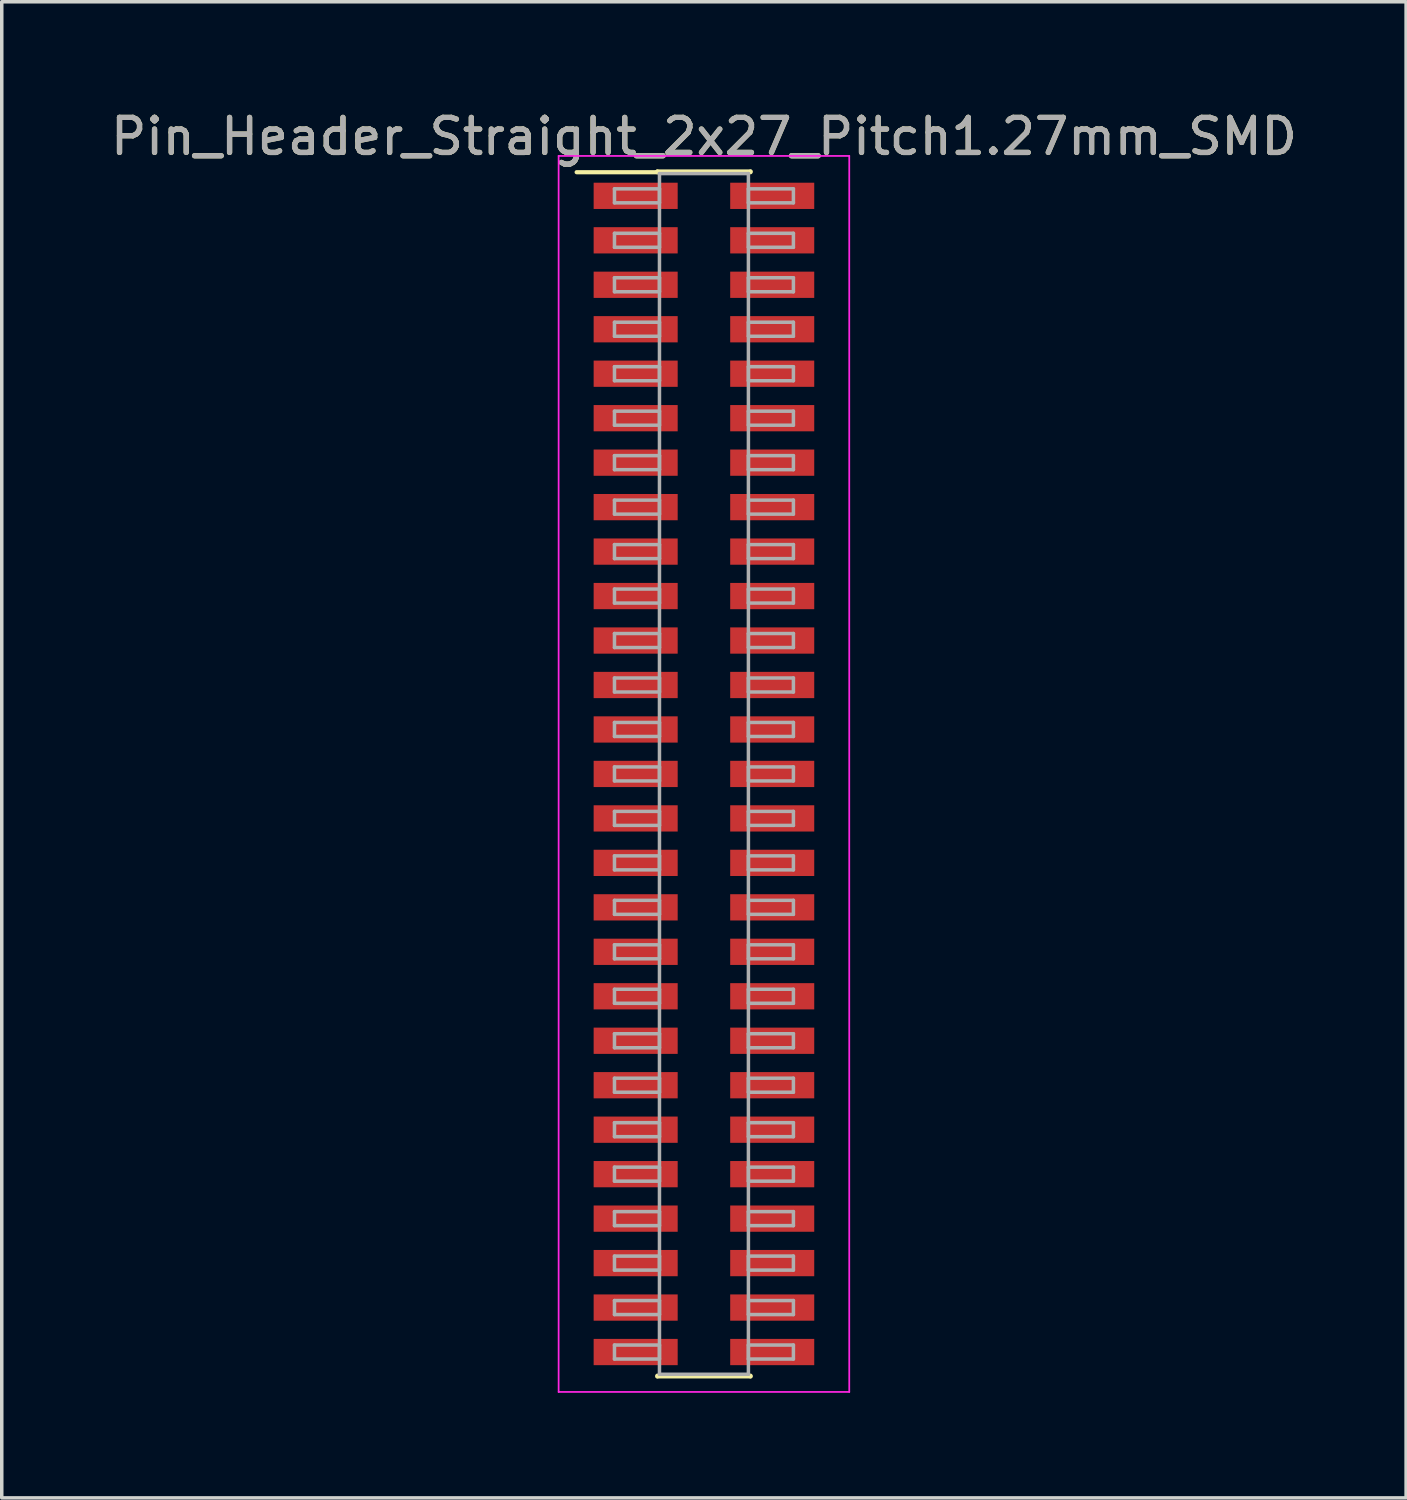
<source format=kicad_pcb>
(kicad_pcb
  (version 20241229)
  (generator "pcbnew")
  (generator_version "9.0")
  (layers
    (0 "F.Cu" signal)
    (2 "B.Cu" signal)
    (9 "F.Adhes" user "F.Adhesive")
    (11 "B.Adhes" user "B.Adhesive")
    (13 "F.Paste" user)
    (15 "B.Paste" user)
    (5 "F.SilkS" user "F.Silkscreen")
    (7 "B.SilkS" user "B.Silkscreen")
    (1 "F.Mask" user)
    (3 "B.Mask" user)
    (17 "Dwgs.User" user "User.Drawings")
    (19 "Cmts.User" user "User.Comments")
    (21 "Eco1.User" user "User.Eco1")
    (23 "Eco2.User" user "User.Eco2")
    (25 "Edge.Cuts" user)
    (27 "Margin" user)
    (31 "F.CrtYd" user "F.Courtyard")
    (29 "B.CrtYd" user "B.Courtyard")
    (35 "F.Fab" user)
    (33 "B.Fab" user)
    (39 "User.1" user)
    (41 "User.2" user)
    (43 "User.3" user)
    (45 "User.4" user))
  (footprint "Pin_Header_Straight_2x27_Pitch1.27mm_SMD"
    (layer "F.Cu")
    (at 17.054 19.053)
    (property "Reference" "Pin_Header_Straight_2x27_Pitch1.27mm_SMD" (at 0 -18.205 0) (layer "F.SilkS") (effects (font (size 1 1) (thickness 0.15))))
    (attr smd)
    (fp_line (start -3.635 -17.185) (end -1.33 -17.185) (stroke (width 0.12) (type solid)) (layer "F.SilkS"))
    (fp_line (start -1.33 -17.205) (end 1.33 -17.205) (stroke (width 0.12) (type solid)) (layer "F.SilkS"))
    (fp_line (start -1.33 -17.185) (end -1.33 -17.205) (stroke (width 0.12) (type solid)) (layer "F.SilkS"))
    (fp_line (start -1.33 17.185) (end -1.33 17.205) (stroke (width 0.12) (type solid)) (layer "F.SilkS"))
    (fp_line (start -1.33 17.205) (end 1.33 17.205) (stroke (width 0.12) (type solid)) (layer "F.SilkS"))
    (fp_line (start 1.33 -17.205) (end 1.33 -17.185) (stroke (width 0.12) (type solid)) (layer "F.SilkS"))
    (fp_line (start 1.33 17.205) (end 1.33 17.185) (stroke (width 0.12) (type solid)) (layer "F.SilkS"))
    (fp_line (start -4.15 -17.65) (end -4.15 17.65) (stroke (width 0.05) (type solid)) (layer "F.CrtYd"))
    (fp_line (start -4.15 17.65) (end 4.15 17.65) (stroke (width 0.05) (type solid)) (layer "F.CrtYd"))
    (fp_line (start 4.15 -17.65) (end -4.15 -17.65) (stroke (width 0.05) (type solid)) (layer "F.CrtYd"))
    (fp_line (start 4.15 17.65) (end 4.15 -17.65) (stroke (width 0.05) (type solid)) (layer "F.CrtYd"))
    (fp_line (start -2.555 -16.71) (end -1.27 -16.71) (stroke (width 0.1) (type solid)) (layer "F.Fab"))
    (fp_line (start -2.555 -16.31) (end -2.555 -16.71) (stroke (width 0.1) (type solid)) (layer "F.Fab"))
    (fp_line (start -2.555 -15.44) (end -1.27 -15.44) (stroke (width 0.1) (type solid)) (layer "F.Fab"))
    (fp_line (start -2.555 -15.04) (end -2.555 -15.44) (stroke (width 0.1) (type solid)) (layer "F.Fab"))
    (fp_line (start -2.555 -14.17) (end -1.27 -14.17) (stroke (width 0.1) (type solid)) (layer "F.Fab"))
    (fp_line (start -2.555 -13.77) (end -2.555 -14.17) (stroke (width 0.1) (type solid)) (layer "F.Fab"))
    (fp_line (start -2.555 -12.9) (end -1.27 -12.9) (stroke (width 0.1) (type solid)) (layer "F.Fab"))
    (fp_line (start -2.555 -12.5) (end -2.555 -12.9) (stroke (width 0.1) (type solid)) (layer "F.Fab"))
    (fp_line (start -2.555 -11.63) (end -1.27 -11.63) (stroke (width 0.1) (type solid)) (layer "F.Fab"))
    (fp_line (start -2.555 -11.23) (end -2.555 -11.63) (stroke (width 0.1) (type solid)) (layer "F.Fab"))
    (fp_line (start -2.555 -10.36) (end -1.27 -10.36) (stroke (width 0.1) (type solid)) (layer "F.Fab"))
    (fp_line (start -2.555 -9.96) (end -2.555 -10.36) (stroke (width 0.1) (type solid)) (layer "F.Fab"))
    (fp_line (start -2.555 -9.09) (end -1.27 -9.09) (stroke (width 0.1) (type solid)) (layer "F.Fab"))
    (fp_line (start -2.555 -8.69) (end -2.555 -9.09) (stroke (width 0.1) (type solid)) (layer "F.Fab"))
    (fp_line (start -2.555 -7.82) (end -1.27 -7.82) (stroke (width 0.1) (type solid)) (layer "F.Fab"))
    (fp_line (start -2.555 -7.42) (end -2.555 -7.82) (stroke (width 0.1) (type solid)) (layer "F.Fab"))
    (fp_line (start -2.555 -6.55) (end -1.27 -6.55) (stroke (width 0.1) (type solid)) (layer "F.Fab"))
    (fp_line (start -2.555 -6.15) (end -2.555 -6.55) (stroke (width 0.1) (type solid)) (layer "F.Fab"))
    (fp_line (start -2.555 -5.28) (end -1.27 -5.28) (stroke (width 0.1) (type solid)) (layer "F.Fab"))
    (fp_line (start -2.555 -4.88) (end -2.555 -5.28) (stroke (width 0.1) (type solid)) (layer "F.Fab"))
    (fp_line (start -2.555 -4.01) (end -1.27 -4.01) (stroke (width 0.1) (type solid)) (layer "F.Fab"))
    (fp_line (start -2.555 -3.61) (end -2.555 -4.01) (stroke (width 0.1) (type solid)) (layer "F.Fab"))
    (fp_line (start -2.555 -2.74) (end -1.27 -2.74) (stroke (width 0.1) (type solid)) (layer "F.Fab"))
    (fp_line (start -2.555 -2.34) (end -2.555 -2.74) (stroke (width 0.1) (type solid)) (layer "F.Fab"))
    (fp_line (start -2.555 -1.47) (end -1.27 -1.47) (stroke (width 0.1) (type solid)) (layer "F.Fab"))
    (fp_line (start -2.555 -1.07) (end -2.555 -1.47) (stroke (width 0.1) (type solid)) (layer "F.Fab"))
    (fp_line (start -2.555 -0.2) (end -1.27 -0.2) (stroke (width 0.1) (type solid)) (layer "F.Fab"))
    (fp_line (start -2.555 0.2) (end -2.555 -0.2) (stroke (width 0.1) (type solid)) (layer "F.Fab"))
    (fp_line (start -2.555 1.07) (end -1.27 1.07) (stroke (width 0.1) (type solid)) (layer "F.Fab"))
    (fp_line (start -2.555 1.47) (end -2.555 1.07) (stroke (width 0.1) (type solid)) (layer "F.Fab"))
    (fp_line (start -2.555 2.34) (end -1.27 2.34) (stroke (width 0.1) (type solid)) (layer "F.Fab"))
    (fp_line (start -2.555 2.74) (end -2.555 2.34) (stroke (width 0.1) (type solid)) (layer "F.Fab"))
    (fp_line (start -2.555 3.61) (end -1.27 3.61) (stroke (width 0.1) (type solid)) (layer "F.Fab"))
    (fp_line (start -2.555 4.01) (end -2.555 3.61) (stroke (width 0.1) (type solid)) (layer "F.Fab"))
    (fp_line (start -2.555 4.88) (end -1.27 4.88) (stroke (width 0.1) (type solid)) (layer "F.Fab"))
    (fp_line (start -2.555 5.28) (end -2.555 4.88) (stroke (width 0.1) (type solid)) (layer "F.Fab"))
    (fp_line (start -2.555 6.15) (end -1.27 6.15) (stroke (width 0.1) (type solid)) (layer "F.Fab"))
    (fp_line (start -2.555 6.55) (end -2.555 6.15) (stroke (width 0.1) (type solid)) (layer "F.Fab"))
    (fp_line (start -2.555 7.42) (end -1.27 7.42) (stroke (width 0.1) (type solid)) (layer "F.Fab"))
    (fp_line (start -2.555 7.82) (end -2.555 7.42) (stroke (width 0.1) (type solid)) (layer "F.Fab"))
    (fp_line (start -2.555 8.69) (end -1.27 8.69) (stroke (width 0.1) (type solid)) (layer "F.Fab"))
    (fp_line (start -2.555 9.09) (end -2.555 8.69) (stroke (width 0.1) (type solid)) (layer "F.Fab"))
    (fp_line (start -2.555 9.96) (end -1.27 9.96) (stroke (width 0.1) (type solid)) (layer "F.Fab"))
    (fp_line (start -2.555 10.36) (end -2.555 9.96) (stroke (width 0.1) (type solid)) (layer "F.Fab"))
    (fp_line (start -2.555 11.23) (end -1.27 11.23) (stroke (width 0.1) (type solid)) (layer "F.Fab"))
    (fp_line (start -2.555 11.63) (end -2.555 11.23) (stroke (width 0.1) (type solid)) (layer "F.Fab"))
    (fp_line (start -2.555 12.5) (end -1.27 12.5) (stroke (width 0.1) (type solid)) (layer "F.Fab"))
    (fp_line (start -2.555 12.9) (end -2.555 12.5) (stroke (width 0.1) (type solid)) (layer "F.Fab"))
    (fp_line (start -2.555 13.77) (end -1.27 13.77) (stroke (width 0.1) (type solid)) (layer "F.Fab"))
    (fp_line (start -2.555 14.17) (end -2.555 13.77) (stroke (width 0.1) (type solid)) (layer "F.Fab"))
    (fp_line (start -2.555 15.04) (end -1.27 15.04) (stroke (width 0.1) (type solid)) (layer "F.Fab"))
    (fp_line (start -2.555 15.44) (end -2.555 15.04) (stroke (width 0.1) (type solid)) (layer "F.Fab"))
    (fp_line (start -2.555 16.31) (end -1.27 16.31) (stroke (width 0.1) (type solid)) (layer "F.Fab"))
    (fp_line (start -2.555 16.71) (end -2.555 16.31) (stroke (width 0.1) (type solid)) (layer "F.Fab"))
    (fp_line (start -1.27 -17.145) (end -1.27 17.145) (stroke (width 0.1) (type solid)) (layer "F.Fab"))
    (fp_line (start -1.27 -16.71) (end -1.27 -16.31) (stroke (width 0.1) (type solid)) (layer "F.Fab"))
    (fp_line (start -1.27 -16.31) (end -2.555 -16.31) (stroke (width 0.1) (type solid)) (layer "F.Fab"))
    (fp_line (start -1.27 -15.44) (end -1.27 -15.04) (stroke (width 0.1) (type solid)) (layer "F.Fab"))
    (fp_line (start -1.27 -15.04) (end -2.555 -15.04) (stroke (width 0.1) (type solid)) (layer "F.Fab"))
    (fp_line (start -1.27 -14.17) (end -1.27 -13.77) (stroke (width 0.1) (type solid)) (layer "F.Fab"))
    (fp_line (start -1.27 -13.77) (end -2.555 -13.77) (stroke (width 0.1) (type solid)) (layer "F.Fab"))
    (fp_line (start -1.27 -12.9) (end -1.27 -12.5) (stroke (width 0.1) (type solid)) (layer "F.Fab"))
    (fp_line (start -1.27 -12.5) (end -2.555 -12.5) (stroke (width 0.1) (type solid)) (layer "F.Fab"))
    (fp_line (start -1.27 -11.63) (end -1.27 -11.23) (stroke (width 0.1) (type solid)) (layer "F.Fab"))
    (fp_line (start -1.27 -11.23) (end -2.555 -11.23) (stroke (width 0.1) (type solid)) (layer "F.Fab"))
    (fp_line (start -1.27 -10.36) (end -1.27 -9.96) (stroke (width 0.1) (type solid)) (layer "F.Fab"))
    (fp_line (start -1.27 -9.96) (end -2.555 -9.96) (stroke (width 0.1) (type solid)) (layer "F.Fab"))
    (fp_line (start -1.27 -9.09) (end -1.27 -8.69) (stroke (width 0.1) (type solid)) (layer "F.Fab"))
    (fp_line (start -1.27 -8.69) (end -2.555 -8.69) (stroke (width 0.1) (type solid)) (layer "F.Fab"))
    (fp_line (start -1.27 -7.82) (end -1.27 -7.42) (stroke (width 0.1) (type solid)) (layer "F.Fab"))
    (fp_line (start -1.27 -7.42) (end -2.555 -7.42) (stroke (width 0.1) (type solid)) (layer "F.Fab"))
    (fp_line (start -1.27 -6.55) (end -1.27 -6.15) (stroke (width 0.1) (type solid)) (layer "F.Fab"))
    (fp_line (start -1.27 -6.15) (end -2.555 -6.15) (stroke (width 0.1) (type solid)) (layer "F.Fab"))
    (fp_line (start -1.27 -5.28) (end -1.27 -4.88) (stroke (width 0.1) (type solid)) (layer "F.Fab"))
    (fp_line (start -1.27 -4.88) (end -2.555 -4.88) (stroke (width 0.1) (type solid)) (layer "F.Fab"))
    (fp_line (start -1.27 -4.01) (end -1.27 -3.61) (stroke (width 0.1) (type solid)) (layer "F.Fab"))
    (fp_line (start -1.27 -3.61) (end -2.555 -3.61) (stroke (width 0.1) (type solid)) (layer "F.Fab"))
    (fp_line (start -1.27 -2.74) (end -1.27 -2.34) (stroke (width 0.1) (type solid)) (layer "F.Fab"))
    (fp_line (start -1.27 -2.34) (end -2.555 -2.34) (stroke (width 0.1) (type solid)) (layer "F.Fab"))
    (fp_line (start -1.27 -1.47) (end -1.27 -1.07) (stroke (width 0.1) (type solid)) (layer "F.Fab"))
    (fp_line (start -1.27 -1.07) (end -2.555 -1.07) (stroke (width 0.1) (type solid)) (layer "F.Fab"))
    (fp_line (start -1.27 -0.2) (end -1.27 0.2) (stroke (width 0.1) (type solid)) (layer "F.Fab"))
    (fp_line (start -1.27 0.2) (end -2.555 0.2) (stroke (width 0.1) (type solid)) (layer "F.Fab"))
    (fp_line (start -1.27 1.07) (end -1.27 1.47) (stroke (width 0.1) (type solid)) (layer "F.Fab"))
    (fp_line (start -1.27 1.47) (end -2.555 1.47) (stroke (width 0.1) (type solid)) (layer "F.Fab"))
    (fp_line (start -1.27 2.34) (end -1.27 2.74) (stroke (width 0.1) (type solid)) (layer "F.Fab"))
    (fp_line (start -1.27 2.74) (end -2.555 2.74) (stroke (width 0.1) (type solid)) (layer "F.Fab"))
    (fp_line (start -1.27 3.61) (end -1.27 4.01) (stroke (width 0.1) (type solid)) (layer "F.Fab"))
    (fp_line (start -1.27 4.01) (end -2.555 4.01) (stroke (width 0.1) (type solid)) (layer "F.Fab"))
    (fp_line (start -1.27 4.88) (end -1.27 5.28) (stroke (width 0.1) (type solid)) (layer "F.Fab"))
    (fp_line (start -1.27 5.28) (end -2.555 5.28) (stroke (width 0.1) (type solid)) (layer "F.Fab"))
    (fp_line (start -1.27 6.15) (end -1.27 6.55) (stroke (width 0.1) (type solid)) (layer "F.Fab"))
    (fp_line (start -1.27 6.55) (end -2.555 6.55) (stroke (width 0.1) (type solid)) (layer "F.Fab"))
    (fp_line (start -1.27 7.42) (end -1.27 7.82) (stroke (width 0.1) (type solid)) (layer "F.Fab"))
    (fp_line (start -1.27 7.82) (end -2.555 7.82) (stroke (width 0.1) (type solid)) (layer "F.Fab"))
    (fp_line (start -1.27 8.69) (end -1.27 9.09) (stroke (width 0.1) (type solid)) (layer "F.Fab"))
    (fp_line (start -1.27 9.09) (end -2.555 9.09) (stroke (width 0.1) (type solid)) (layer "F.Fab"))
    (fp_line (start -1.27 9.96) (end -1.27 10.36) (stroke (width 0.1) (type solid)) (layer "F.Fab"))
    (fp_line (start -1.27 10.36) (end -2.555 10.36) (stroke (width 0.1) (type solid)) (layer "F.Fab"))
    (fp_line (start -1.27 11.23) (end -1.27 11.63) (stroke (width 0.1) (type solid)) (layer "F.Fab"))
    (fp_line (start -1.27 11.63) (end -2.555 11.63) (stroke (width 0.1) (type solid)) (layer "F.Fab"))
    (fp_line (start -1.27 12.5) (end -1.27 12.9) (stroke (width 0.1) (type solid)) (layer "F.Fab"))
    (fp_line (start -1.27 12.9) (end -2.555 12.9) (stroke (width 0.1) (type solid)) (layer "F.Fab"))
    (fp_line (start -1.27 13.77) (end -1.27 14.17) (stroke (width 0.1) (type solid)) (layer "F.Fab"))
    (fp_line (start -1.27 14.17) (end -2.555 14.17) (stroke (width 0.1) (type solid)) (layer "F.Fab"))
    (fp_line (start -1.27 15.04) (end -1.27 15.44) (stroke (width 0.1) (type solid)) (layer "F.Fab"))
    (fp_line (start -1.27 15.44) (end -2.555 15.44) (stroke (width 0.1) (type solid)) (layer "F.Fab"))
    (fp_line (start -1.27 16.31) (end -1.27 16.71) (stroke (width 0.1) (type solid)) (layer "F.Fab"))
    (fp_line (start -1.27 16.71) (end -2.555 16.71) (stroke (width 0.1) (type solid)) (layer "F.Fab"))
    (fp_line (start -1.27 17.145) (end 1.27 17.145) (stroke (width 0.1) (type solid)) (layer "F.Fab"))
    (fp_line (start 1.27 -17.145) (end -1.27 -17.145) (stroke (width 0.1) (type solid)) (layer "F.Fab"))
    (fp_line (start 1.27 -16.71) (end 1.27 -16.31) (stroke (width 0.1) (type solid)) (layer "F.Fab"))
    (fp_line (start 1.27 -16.31) (end 2.555 -16.31) (stroke (width 0.1) (type solid)) (layer "F.Fab"))
    (fp_line (start 1.27 -15.44) (end 1.27 -15.04) (stroke (width 0.1) (type solid)) (layer "F.Fab"))
    (fp_line (start 1.27 -15.04) (end 2.555 -15.04) (stroke (width 0.1) (type solid)) (layer "F.Fab"))
    (fp_line (start 1.27 -14.17) (end 1.27 -13.77) (stroke (width 0.1) (type solid)) (layer "F.Fab"))
    (fp_line (start 1.27 -13.77) (end 2.555 -13.77) (stroke (width 0.1) (type solid)) (layer "F.Fab"))
    (fp_line (start 1.27 -12.9) (end 1.27 -12.5) (stroke (width 0.1) (type solid)) (layer "F.Fab"))
    (fp_line (start 1.27 -12.5) (end 2.555 -12.5) (stroke (width 0.1) (type solid)) (layer "F.Fab"))
    (fp_line (start 1.27 -11.63) (end 1.27 -11.23) (stroke (width 0.1) (type solid)) (layer "F.Fab"))
    (fp_line (start 1.27 -11.23) (end 2.555 -11.23) (stroke (width 0.1) (type solid)) (layer "F.Fab"))
    (fp_line (start 1.27 -10.36) (end 1.27 -9.96) (stroke (width 0.1) (type solid)) (layer "F.Fab"))
    (fp_line (start 1.27 -9.96) (end 2.555 -9.96) (stroke (width 0.1) (type solid)) (layer "F.Fab"))
    (fp_line (start 1.27 -9.09) (end 1.27 -8.69) (stroke (width 0.1) (type solid)) (layer "F.Fab"))
    (fp_line (start 1.27 -8.69) (end 2.555 -8.69) (stroke (width 0.1) (type solid)) (layer "F.Fab"))
    (fp_line (start 1.27 -7.82) (end 1.27 -7.42) (stroke (width 0.1) (type solid)) (layer "F.Fab"))
    (fp_line (start 1.27 -7.42) (end 2.555 -7.42) (stroke (width 0.1) (type solid)) (layer "F.Fab"))
    (fp_line (start 1.27 -6.55) (end 1.27 -6.15) (stroke (width 0.1) (type solid)) (layer "F.Fab"))
    (fp_line (start 1.27 -6.15) (end 2.555 -6.15) (stroke (width 0.1) (type solid)) (layer "F.Fab"))
    (fp_line (start 1.27 -5.28) (end 1.27 -4.88) (stroke (width 0.1) (type solid)) (layer "F.Fab"))
    (fp_line (start 1.27 -4.88) (end 2.555 -4.88) (stroke (width 0.1) (type solid)) (layer "F.Fab"))
    (fp_line (start 1.27 -4.01) (end 1.27 -3.61) (stroke (width 0.1) (type solid)) (layer "F.Fab"))
    (fp_line (start 1.27 -3.61) (end 2.555 -3.61) (stroke (width 0.1) (type solid)) (layer "F.Fab"))
    (fp_line (start 1.27 -2.74) (end 1.27 -2.34) (stroke (width 0.1) (type solid)) (layer "F.Fab"))
    (fp_line (start 1.27 -2.34) (end 2.555 -2.34) (stroke (width 0.1) (type solid)) (layer "F.Fab"))
    (fp_line (start 1.27 -1.47) (end 1.27 -1.07) (stroke (width 0.1) (type solid)) (layer "F.Fab"))
    (fp_line (start 1.27 -1.07) (end 2.555 -1.07) (stroke (width 0.1) (type solid)) (layer "F.Fab"))
    (fp_line (start 1.27 -0.2) (end 1.27 0.2) (stroke (width 0.1) (type solid)) (layer "F.Fab"))
    (fp_line (start 1.27 0.2) (end 2.555 0.2) (stroke (width 0.1) (type solid)) (layer "F.Fab"))
    (fp_line (start 1.27 1.07) (end 1.27 1.47) (stroke (width 0.1) (type solid)) (layer "F.Fab"))
    (fp_line (start 1.27 1.47) (end 2.555 1.47) (stroke (width 0.1) (type solid)) (layer "F.Fab"))
    (fp_line (start 1.27 2.34) (end 1.27 2.74) (stroke (width 0.1) (type solid)) (layer "F.Fab"))
    (fp_line (start 1.27 2.74) (end 2.555 2.74) (stroke (width 0.1) (type solid)) (layer "F.Fab"))
    (fp_line (start 1.27 3.61) (end 1.27 4.01) (stroke (width 0.1) (type solid)) (layer "F.Fab"))
    (fp_line (start 1.27 4.01) (end 2.555 4.01) (stroke (width 0.1) (type solid)) (layer "F.Fab"))
    (fp_line (start 1.27 4.88) (end 1.27 5.28) (stroke (width 0.1) (type solid)) (layer "F.Fab"))
    (fp_line (start 1.27 5.28) (end 2.555 5.28) (stroke (width 0.1) (type solid)) (layer "F.Fab"))
    (fp_line (start 1.27 6.15) (end 1.27 6.55) (stroke (width 0.1) (type solid)) (layer "F.Fab"))
    (fp_line (start 1.27 6.55) (end 2.555 6.55) (stroke (width 0.1) (type solid)) (layer "F.Fab"))
    (fp_line (start 1.27 7.42) (end 1.27 7.82) (stroke (width 0.1) (type solid)) (layer "F.Fab"))
    (fp_line (start 1.27 7.82) (end 2.555 7.82) (stroke (width 0.1) (type solid)) (layer "F.Fab"))
    (fp_line (start 1.27 8.69) (end 1.27 9.09) (stroke (width 0.1) (type solid)) (layer "F.Fab"))
    (fp_line (start 1.27 9.09) (end 2.555 9.09) (stroke (width 0.1) (type solid)) (layer "F.Fab"))
    (fp_line (start 1.27 9.96) (end 1.27 10.36) (stroke (width 0.1) (type solid)) (layer "F.Fab"))
    (fp_line (start 1.27 10.36) (end 2.555 10.36) (stroke (width 0.1) (type solid)) (layer "F.Fab"))
    (fp_line (start 1.27 11.23) (end 1.27 11.63) (stroke (width 0.1) (type solid)) (layer "F.Fab"))
    (fp_line (start 1.27 11.63) (end 2.555 11.63) (stroke (width 0.1) (type solid)) (layer "F.Fab"))
    (fp_line (start 1.27 12.5) (end 1.27 12.9) (stroke (width 0.1) (type solid)) (layer "F.Fab"))
    (fp_line (start 1.27 12.9) (end 2.555 12.9) (stroke (width 0.1) (type solid)) (layer "F.Fab"))
    (fp_line (start 1.27 13.77) (end 1.27 14.17) (stroke (width 0.1) (type solid)) (layer "F.Fab"))
    (fp_line (start 1.27 14.17) (end 2.555 14.17) (stroke (width 0.1) (type solid)) (layer "F.Fab"))
    (fp_line (start 1.27 15.04) (end 1.27 15.44) (stroke (width 0.1) (type solid)) (layer "F.Fab"))
    (fp_line (start 1.27 15.44) (end 2.555 15.44) (stroke (width 0.1) (type solid)) (layer "F.Fab"))
    (fp_line (start 1.27 16.31) (end 1.27 16.71) (stroke (width 0.1) (type solid)) (layer "F.Fab"))
    (fp_line (start 1.27 16.71) (end 2.555 16.71) (stroke (width 0.1) (type solid)) (layer "F.Fab"))
    (fp_line (start 1.27 17.145) (end 1.27 -17.145) (stroke (width 0.1) (type solid)) (layer "F.Fab"))
    (fp_line (start 2.555 -16.71) (end 1.27 -16.71) (stroke (width 0.1) (type solid)) (layer "F.Fab"))
    (fp_line (start 2.555 -16.31) (end 2.555 -16.71) (stroke (width 0.1) (type solid)) (layer "F.Fab"))
    (fp_line (start 2.555 -15.44) (end 1.27 -15.44) (stroke (width 0.1) (type solid)) (layer "F.Fab"))
    (fp_line (start 2.555 -15.04) (end 2.555 -15.44) (stroke (width 0.1) (type solid)) (layer "F.Fab"))
    (fp_line (start 2.555 -14.17) (end 1.27 -14.17) (stroke (width 0.1) (type solid)) (layer "F.Fab"))
    (fp_line (start 2.555 -13.77) (end 2.555 -14.17) (stroke (width 0.1) (type solid)) (layer "F.Fab"))
    (fp_line (start 2.555 -12.9) (end 1.27 -12.9) (stroke (width 0.1) (type solid)) (layer "F.Fab"))
    (fp_line (start 2.555 -12.5) (end 2.555 -12.9) (stroke (width 0.1) (type solid)) (layer "F.Fab"))
    (fp_line (start 2.555 -11.63) (end 1.27 -11.63) (stroke (width 0.1) (type solid)) (layer "F.Fab"))
    (fp_line (start 2.555 -11.23) (end 2.555 -11.63) (stroke (width 0.1) (type solid)) (layer "F.Fab"))
    (fp_line (start 2.555 -10.36) (end 1.27 -10.36) (stroke (width 0.1) (type solid)) (layer "F.Fab"))
    (fp_line (start 2.555 -9.96) (end 2.555 -10.36) (stroke (width 0.1) (type solid)) (layer "F.Fab"))
    (fp_line (start 2.555 -9.09) (end 1.27 -9.09) (stroke (width 0.1) (type solid)) (layer "F.Fab"))
    (fp_line (start 2.555 -8.69) (end 2.555 -9.09) (stroke (width 0.1) (type solid)) (layer "F.Fab"))
    (fp_line (start 2.555 -7.82) (end 1.27 -7.82) (stroke (width 0.1) (type solid)) (layer "F.Fab"))
    (fp_line (start 2.555 -7.42) (end 2.555 -7.82) (stroke (width 0.1) (type solid)) (layer "F.Fab"))
    (fp_line (start 2.555 -6.55) (end 1.27 -6.55) (stroke (width 0.1) (type solid)) (layer "F.Fab"))
    (fp_line (start 2.555 -6.15) (end 2.555 -6.55) (stroke (width 0.1) (type solid)) (layer "F.Fab"))
    (fp_line (start 2.555 -5.28) (end 1.27 -5.28) (stroke (width 0.1) (type solid)) (layer "F.Fab"))
    (fp_line (start 2.555 -4.88) (end 2.555 -5.28) (stroke (width 0.1) (type solid)) (layer "F.Fab"))
    (fp_line (start 2.555 -4.01) (end 1.27 -4.01) (stroke (width 0.1) (type solid)) (layer "F.Fab"))
    (fp_line (start 2.555 -3.61) (end 2.555 -4.01) (stroke (width 0.1) (type solid)) (layer "F.Fab"))
    (fp_line (start 2.555 -2.74) (end 1.27 -2.74) (stroke (width 0.1) (type solid)) (layer "F.Fab"))
    (fp_line (start 2.555 -2.34) (end 2.555 -2.74) (stroke (width 0.1) (type solid)) (layer "F.Fab"))
    (fp_line (start 2.555 -1.47) (end 1.27 -1.47) (stroke (width 0.1) (type solid)) (layer "F.Fab"))
    (fp_line (start 2.555 -1.07) (end 2.555 -1.47) (stroke (width 0.1) (type solid)) (layer "F.Fab"))
    (fp_line (start 2.555 -0.2) (end 1.27 -0.2) (stroke (width 0.1) (type solid)) (layer "F.Fab"))
    (fp_line (start 2.555 0.2) (end 2.555 -0.2) (stroke (width 0.1) (type solid)) (layer "F.Fab"))
    (fp_line (start 2.555 1.07) (end 1.27 1.07) (stroke (width 0.1) (type solid)) (layer "F.Fab"))
    (fp_line (start 2.555 1.47) (end 2.555 1.07) (stroke (width 0.1) (type solid)) (layer "F.Fab"))
    (fp_line (start 2.555 2.34) (end 1.27 2.34) (stroke (width 0.1) (type solid)) (layer "F.Fab"))
    (fp_line (start 2.555 2.74) (end 2.555 2.34) (stroke (width 0.1) (type solid)) (layer "F.Fab"))
    (fp_line (start 2.555 3.61) (end 1.27 3.61) (stroke (width 0.1) (type solid)) (layer "F.Fab"))
    (fp_line (start 2.555 4.01) (end 2.555 3.61) (stroke (width 0.1) (type solid)) (layer "F.Fab"))
    (fp_line (start 2.555 4.88) (end 1.27 4.88) (stroke (width 0.1) (type solid)) (layer "F.Fab"))
    (fp_line (start 2.555 5.28) (end 2.555 4.88) (stroke (width 0.1) (type solid)) (layer "F.Fab"))
    (fp_line (start 2.555 6.15) (end 1.27 6.15) (stroke (width 0.1) (type solid)) (layer "F.Fab"))
    (fp_line (start 2.555 6.55) (end 2.555 6.15) (stroke (width 0.1) (type solid)) (layer "F.Fab"))
    (fp_line (start 2.555 7.42) (end 1.27 7.42) (stroke (width 0.1) (type solid)) (layer "F.Fab"))
    (fp_line (start 2.555 7.82) (end 2.555 7.42) (stroke (width 0.1) (type solid)) (layer "F.Fab"))
    (fp_line (start 2.555 8.69) (end 1.27 8.69) (stroke (width 0.1) (type solid)) (layer "F.Fab"))
    (fp_line (start 2.555 9.09) (end 2.555 8.69) (stroke (width 0.1) (type solid)) (layer "F.Fab"))
    (fp_line (start 2.555 9.96) (end 1.27 9.96) (stroke (width 0.1) (type solid)) (layer "F.Fab"))
    (fp_line (start 2.555 10.36) (end 2.555 9.96) (stroke (width 0.1) (type solid)) (layer "F.Fab"))
    (fp_line (start 2.555 11.23) (end 1.27 11.23) (stroke (width 0.1) (type solid)) (layer "F.Fab"))
    (fp_line (start 2.555 11.63) (end 2.555 11.23) (stroke (width 0.1) (type solid)) (layer "F.Fab"))
    (fp_line (start 2.555 12.5) (end 1.27 12.5) (stroke (width 0.1) (type solid)) (layer "F.Fab"))
    (fp_line (start 2.555 12.9) (end 2.555 12.5) (stroke (width 0.1) (type solid)) (layer "F.Fab"))
    (fp_line (start 2.555 13.77) (end 1.27 13.77) (stroke (width 0.1) (type solid)) (layer "F.Fab"))
    (fp_line (start 2.555 14.17) (end 2.555 13.77) (stroke (width 0.1) (type solid)) (layer "F.Fab"))
    (fp_line (start 2.555 15.04) (end 1.27 15.04) (stroke (width 0.1) (type solid)) (layer "F.Fab"))
    (fp_line (start 2.555 15.44) (end 2.555 15.04) (stroke (width 0.1) (type solid)) (layer "F.Fab"))
    (fp_line (start 2.555 16.31) (end 1.27 16.31) (stroke (width 0.1) (type solid)) (layer "F.Fab"))
    (fp_line (start 2.555 16.71) (end 2.555 16.31) (stroke (width 0.1) (type solid)) (layer "F.Fab"))
    (fp_text user "${REFERENCE}" (at 0 -18.205 0) (layer "F.Fab") (effects (font (size 1 1) (thickness 0.15))))
    (pad "1" smd rect (at -1.95 -16.51) (size 2.4 0.75) (layers "F.Cu" "F.Mask" "F.Paste"))
    (pad "2" smd rect (at 1.95 -16.51) (size 2.4 0.75) (layers "F.Cu" "F.Mask" "F.Paste"))
    (pad "3" smd rect (at -1.95 -15.24) (size 2.4 0.75) (layers "F.Cu" "F.Mask" "F.Paste"))
    (pad "4" smd rect (at 1.95 -15.24) (size 2.4 0.75) (layers "F.Cu" "F.Mask" "F.Paste"))
    (pad "5" smd rect (at -1.95 -13.97) (size 2.4 0.75) (layers "F.Cu" "F.Mask" "F.Paste"))
    (pad "6" smd rect (at 1.95 -13.97) (size 2.4 0.75) (layers "F.Cu" "F.Mask" "F.Paste"))
    (pad "7" smd rect (at -1.95 -12.7) (size 2.4 0.75) (layers "F.Cu" "F.Mask" "F.Paste"))
    (pad "8" smd rect (at 1.95 -12.7) (size 2.4 0.75) (layers "F.Cu" "F.Mask" "F.Paste"))
    (pad "9" smd rect (at -1.95 -11.43) (size 2.4 0.75) (layers "F.Cu" "F.Mask" "F.Paste"))
    (pad "10" smd rect (at 1.95 -11.43) (size 2.4 0.75) (layers "F.Cu" "F.Mask" "F.Paste"))
    (pad "11" smd rect (at -1.95 -10.16) (size 2.4 0.75) (layers "F.Cu" "F.Mask" "F.Paste"))
    (pad "12" smd rect (at 1.95 -10.16) (size 2.4 0.75) (layers "F.Cu" "F.Mask" "F.Paste"))
    (pad "13" smd rect (at -1.95 -8.89) (size 2.4 0.75) (layers "F.Cu" "F.Mask" "F.Paste"))
    (pad "14" smd rect (at 1.95 -8.89) (size 2.4 0.75) (layers "F.Cu" "F.Mask" "F.Paste"))
    (pad "15" smd rect (at -1.95 -7.62) (size 2.4 0.75) (layers "F.Cu" "F.Mask" "F.Paste"))
    (pad "16" smd rect (at 1.95 -7.62) (size 2.4 0.75) (layers "F.Cu" "F.Mask" "F.Paste"))
    (pad "17" smd rect (at -1.95 -6.35) (size 2.4 0.75) (layers "F.Cu" "F.Mask" "F.Paste"))
    (pad "18" smd rect (at 1.95 -6.35) (size 2.4 0.75) (layers "F.Cu" "F.Mask" "F.Paste"))
    (pad "19" smd rect (at -1.95 -5.08) (size 2.4 0.75) (layers "F.Cu" "F.Mask" "F.Paste"))
    (pad "20" smd rect (at 1.95 -5.08) (size 2.4 0.75) (layers "F.Cu" "F.Mask" "F.Paste"))
    (pad "21" smd rect (at -1.95 -3.81) (size 2.4 0.75) (layers "F.Cu" "F.Mask" "F.Paste"))
    (pad "22" smd rect (at 1.95 -3.81) (size 2.4 0.75) (layers "F.Cu" "F.Mask" "F.Paste"))
    (pad "23" smd rect (at -1.95 -2.54) (size 2.4 0.75) (layers "F.Cu" "F.Mask" "F.Paste"))
    (pad "24" smd rect (at 1.95 -2.54) (size 2.4 0.75) (layers "F.Cu" "F.Mask" "F.Paste"))
    (pad "25" smd rect (at -1.95 -1.27) (size 2.4 0.75) (layers "F.Cu" "F.Mask" "F.Paste"))
    (pad "26" smd rect (at 1.95 -1.27) (size 2.4 0.75) (layers "F.Cu" "F.Mask" "F.Paste"))
    (pad "27" smd rect (at -1.95 0) (size 2.4 0.75) (layers "F.Cu" "F.Mask" "F.Paste"))
    (pad "28" smd rect (at 1.95 0) (size 2.4 0.75) (layers "F.Cu" "F.Mask" "F.Paste"))
    (pad "29" smd rect (at -1.95 1.27) (size 2.4 0.75) (layers "F.Cu" "F.Mask" "F.Paste"))
    (pad "30" smd rect (at 1.95 1.27) (size 2.4 0.75) (layers "F.Cu" "F.Mask" "F.Paste"))
    (pad "31" smd rect (at -1.95 2.54) (size 2.4 0.75) (layers "F.Cu" "F.Mask" "F.Paste"))
    (pad "32" smd rect (at 1.95 2.54) (size 2.4 0.75) (layers "F.Cu" "F.Mask" "F.Paste"))
    (pad "33" smd rect (at -1.95 3.81) (size 2.4 0.75) (layers "F.Cu" "F.Mask" "F.Paste"))
    (pad "34" smd rect (at 1.95 3.81) (size 2.4 0.75) (layers "F.Cu" "F.Mask" "F.Paste"))
    (pad "35" smd rect (at -1.95 5.08) (size 2.4 0.75) (layers "F.Cu" "F.Mask" "F.Paste"))
    (pad "36" smd rect (at 1.95 5.08) (size 2.4 0.75) (layers "F.Cu" "F.Mask" "F.Paste"))
    (pad "37" smd rect (at -1.95 6.35) (size 2.4 0.75) (layers "F.Cu" "F.Mask" "F.Paste"))
    (pad "38" smd rect (at 1.95 6.35) (size 2.4 0.75) (layers "F.Cu" "F.Mask" "F.Paste"))
    (pad "39" smd rect (at -1.95 7.62) (size 2.4 0.75) (layers "F.Cu" "F.Mask" "F.Paste"))
    (pad "40" smd rect (at 1.95 7.62) (size 2.4 0.75) (layers "F.Cu" "F.Mask" "F.Paste"))
    (pad "41" smd rect (at -1.95 8.89) (size 2.4 0.75) (layers "F.Cu" "F.Mask" "F.Paste"))
    (pad "42" smd rect (at 1.95 8.89) (size 2.4 0.75) (layers "F.Cu" "F.Mask" "F.Paste"))
    (pad "43" smd rect (at -1.95 10.16) (size 2.4 0.75) (layers "F.Cu" "F.Mask" "F.Paste"))
    (pad "44" smd rect (at 1.95 10.16) (size 2.4 0.75) (layers "F.Cu" "F.Mask" "F.Paste"))
    (pad "45" smd rect (at -1.95 11.43) (size 2.4 0.75) (layers "F.Cu" "F.Mask" "F.Paste"))
    (pad "46" smd rect (at 1.95 11.43) (size 2.4 0.75) (layers "F.Cu" "F.Mask" "F.Paste"))
    (pad "47" smd rect (at -1.95 12.7) (size 2.4 0.75) (layers "F.Cu" "F.Mask" "F.Paste"))
    (pad "48" smd rect (at 1.95 12.7) (size 2.4 0.75) (layers "F.Cu" "F.Mask" "F.Paste"))
    (pad "49" smd rect (at -1.95 13.97) (size 2.4 0.75) (layers "F.Cu" "F.Mask" "F.Paste"))
    (pad "50" smd rect (at 1.95 13.97) (size 2.4 0.75) (layers "F.Cu" "F.Mask" "F.Paste"))
    (pad "51" smd rect (at -1.95 15.24) (size 2.4 0.75) (layers "F.Cu" "F.Mask" "F.Paste"))
    (pad "52" smd rect (at 1.95 15.24) (size 2.4 0.75) (layers "F.Cu" "F.Mask" "F.Paste"))
    (pad "53" smd rect (at -1.95 16.51) (size 2.4 0.75) (layers "F.Cu" "F.Mask" "F.Paste"))
    (pad "54" smd rect (at 1.95 16.51) (size 2.4 0.75) (layers "F.Cu" "F.Mask" "F.Paste")))
  (gr_rect
    (start -3 -3)
    (end 37.107 39.728)
    (stroke (width 0.1) (type default))
    (fill no)
    (layer "Edge.Cuts")))
</source>
